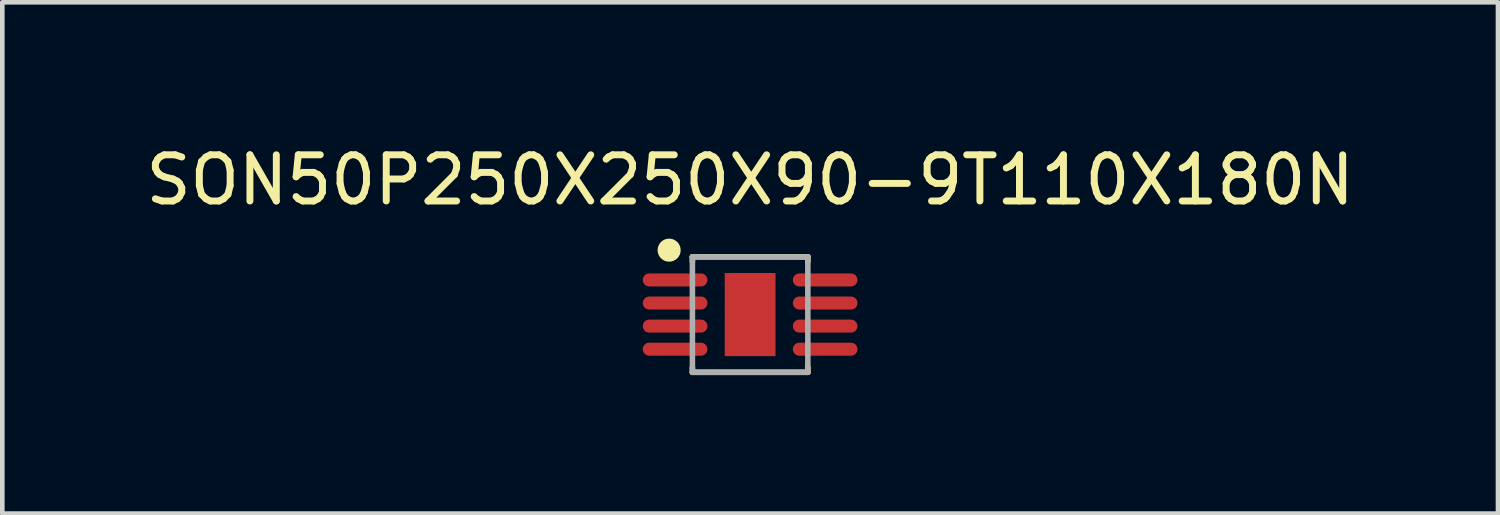
<source format=kicad_pcb>
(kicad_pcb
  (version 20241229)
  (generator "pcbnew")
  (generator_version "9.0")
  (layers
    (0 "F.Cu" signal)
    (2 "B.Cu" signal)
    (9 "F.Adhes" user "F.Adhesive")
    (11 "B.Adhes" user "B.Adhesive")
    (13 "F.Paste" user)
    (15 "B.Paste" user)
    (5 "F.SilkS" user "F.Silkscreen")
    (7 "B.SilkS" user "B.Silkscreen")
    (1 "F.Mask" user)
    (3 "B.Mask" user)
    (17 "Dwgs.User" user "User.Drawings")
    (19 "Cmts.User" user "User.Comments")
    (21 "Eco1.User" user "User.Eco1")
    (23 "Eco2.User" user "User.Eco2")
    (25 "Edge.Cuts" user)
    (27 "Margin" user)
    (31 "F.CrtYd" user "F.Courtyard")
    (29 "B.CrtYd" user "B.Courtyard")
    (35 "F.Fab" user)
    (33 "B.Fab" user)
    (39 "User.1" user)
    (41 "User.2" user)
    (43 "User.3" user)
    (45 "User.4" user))
  (footprint "SON50P250X250X90-9T110X180N"
    (layer "F.Cu")
    (at 13.196 3.763)
    (property "Reference" "SON50P250X250X90-9T110X180N" (at 0 -2.915 0) (layer "F.SilkS") (effects (font (size 1 1) (thickness 0.15))))
    (attr smd)
    (fp_line (start -1.25 -1.25) (end 1.25 -1.25) (stroke (width 0.12) (type solid)) (layer "F.SilkS"))
    (fp_line (start -1.25 -1.145) (end -1.25 -1.25) (stroke (width 0.12) (type solid)) (layer "F.SilkS"))
    (fp_line (start -1.25 1.145) (end -1.25 1.25) (stroke (width 0.12) (type solid)) (layer "F.SilkS"))
    (fp_line (start -1.25 1.25) (end 1.25 1.25) (stroke (width 0.12) (type solid)) (layer "F.SilkS"))
    (fp_line (start 1.25 -1.25) (end 1.25 -1.145) (stroke (width 0.12) (type solid)) (layer "F.SilkS"))
    (fp_line (start 1.25 1.25) (end 1.25 1.145) (stroke (width 0.12) (type solid)) (layer "F.SilkS"))
    (fp_circle (center -1.754 -1.395) (end -1.504 -1.395) (stroke (width 0) (type solid)) (fill yes) (layer "F.SilkS"))
    (fp_line (start -1.25 -1.25) (end 1.25 -1.25) (stroke (width 0.12) (type solid)) (layer "F.Fab"))
    (fp_line (start -1.25 1.25) (end -1.25 -1.25) (stroke (width 0.12) (type solid)) (layer "F.Fab"))
    (fp_line (start 1.25 -1.25) (end 1.25 1.25) (stroke (width 0.12) (type solid)) (layer "F.Fab"))
    (fp_line (start 1.25 1.25) (end -1.25 1.25) (stroke (width 0.12) (type solid)) (layer "F.Fab"))
    (pad "1" smd oval (at -1.625 -0.75) (size 1.4 0.282) (layers "F.Cu" "F.Mask" "F.Paste"))
    (pad "2" smd oval (at -1.625 -0.25) (size 1.4 0.282) (layers "F.Cu" "F.Mask" "F.Paste"))
    (pad "3" smd oval (at -1.625 0.25) (size 1.4 0.282) (layers "F.Cu" "F.Mask" "F.Paste"))
    (pad "4" smd oval (at -1.625 0.75) (size 1.4 0.282) (layers "F.Cu" "F.Mask" "F.Paste"))
    (pad "5" smd oval (at 1.625 0.75) (size 1.4 0.282) (layers "F.Cu" "F.Mask" "F.Paste"))
    (pad "6" smd oval (at 1.625 0.25) (size 1.4 0.282) (layers "F.Cu" "F.Mask" "F.Paste"))
    (pad "7" smd oval (at 1.625 -0.25) (size 1.4 0.282) (layers "F.Cu" "F.Mask" "F.Paste"))
    (pad "8" smd oval (at 1.625 -0.75) (size 1.4 0.282) (layers "F.Cu" "F.Mask" "F.Paste"))
    (pad "9" smd rect (at 0 0) (size 1.1 1.8) (layers "F.Cu" "F.Mask" "F.Paste")))
  (gr_rect
    (start -3 -3)
    (end 29.393 8.073)
    (stroke (width 0.1) (type default))
    (fill no)
    (layer "Edge.Cuts")))
</source>
